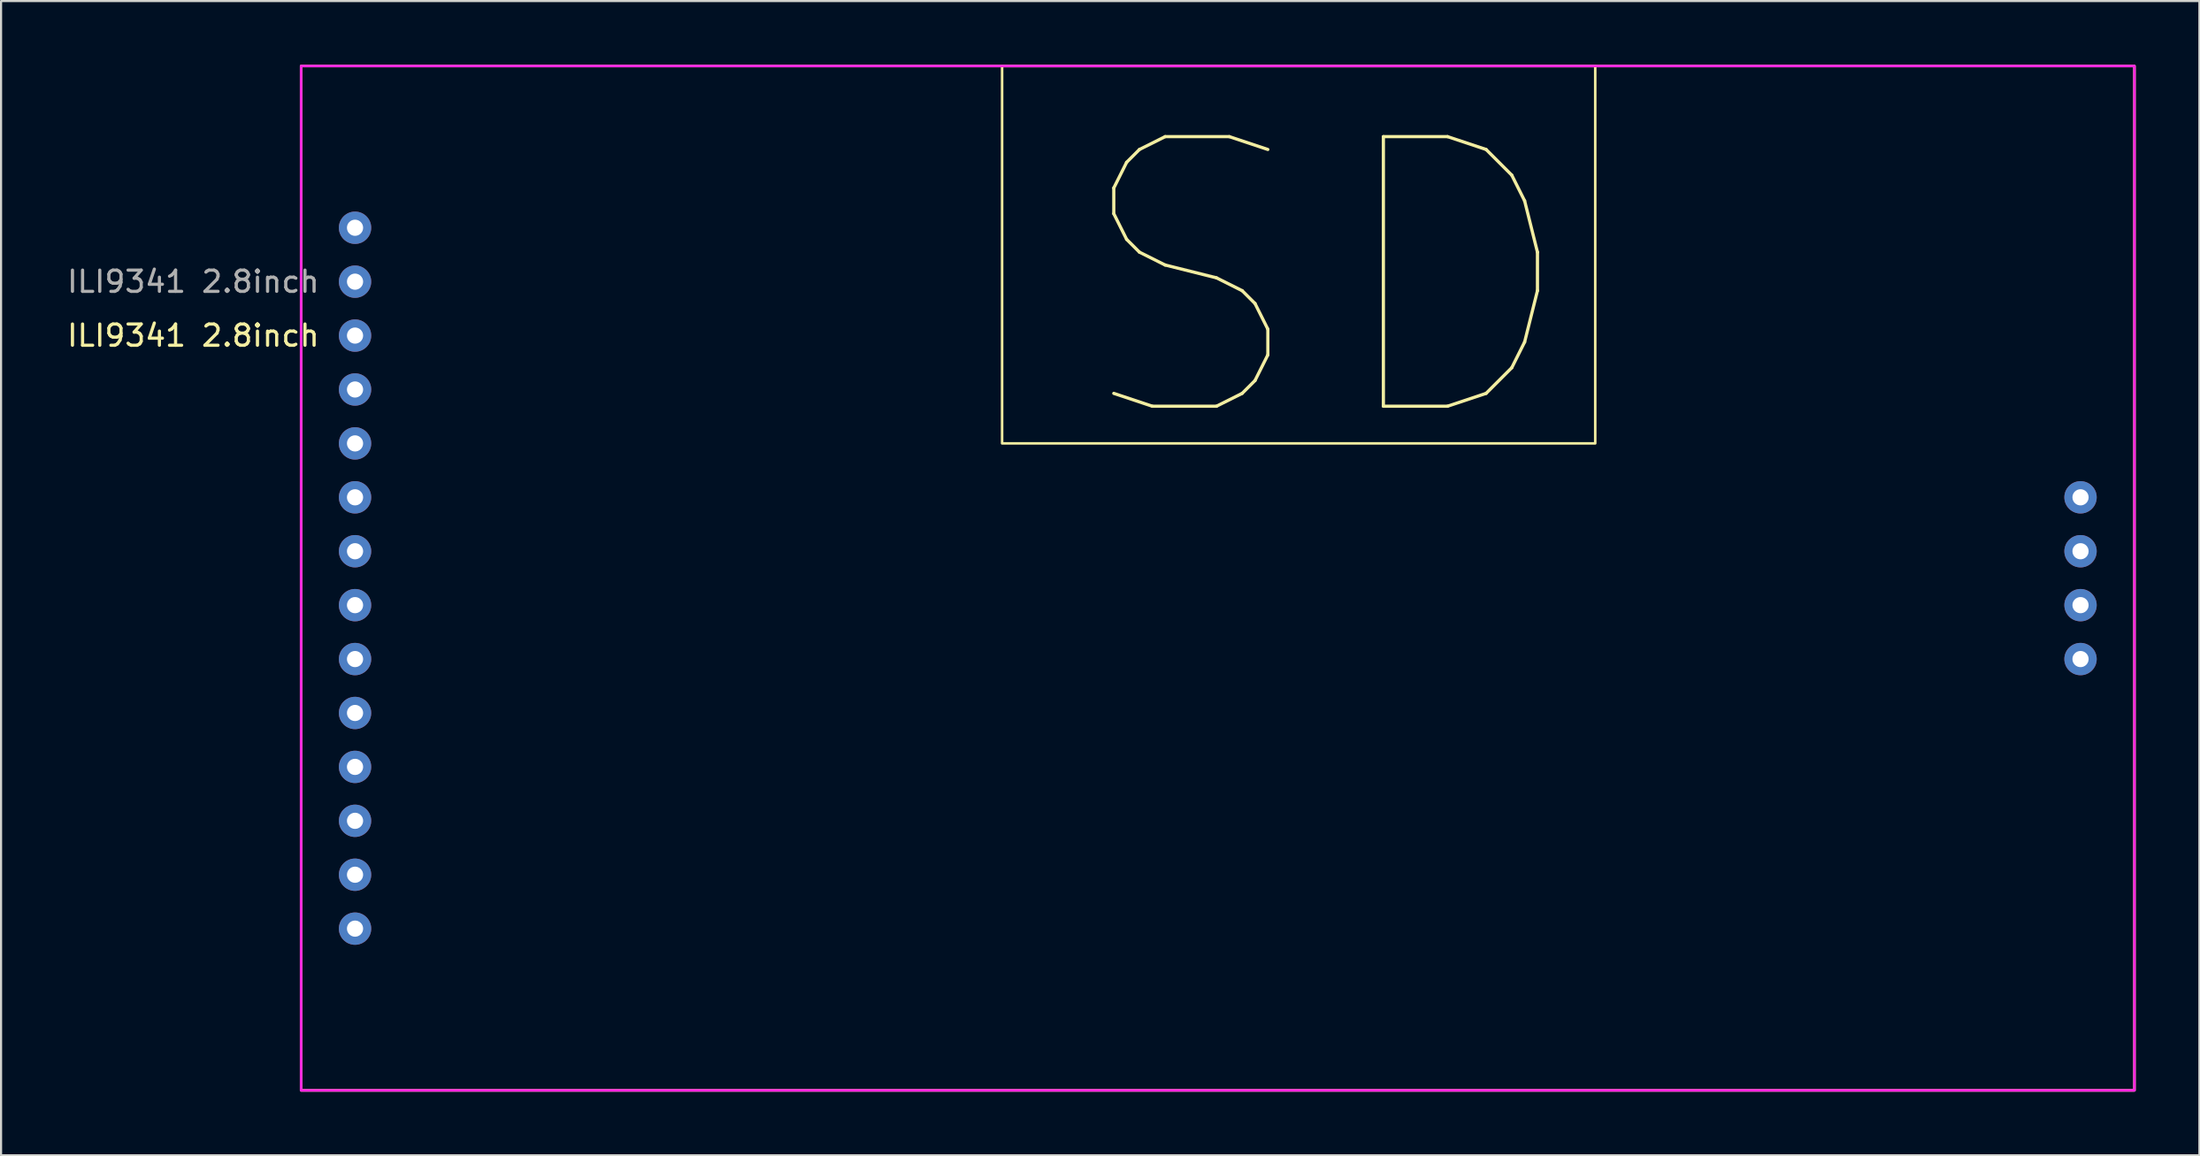
<source format=kicad_pcb>
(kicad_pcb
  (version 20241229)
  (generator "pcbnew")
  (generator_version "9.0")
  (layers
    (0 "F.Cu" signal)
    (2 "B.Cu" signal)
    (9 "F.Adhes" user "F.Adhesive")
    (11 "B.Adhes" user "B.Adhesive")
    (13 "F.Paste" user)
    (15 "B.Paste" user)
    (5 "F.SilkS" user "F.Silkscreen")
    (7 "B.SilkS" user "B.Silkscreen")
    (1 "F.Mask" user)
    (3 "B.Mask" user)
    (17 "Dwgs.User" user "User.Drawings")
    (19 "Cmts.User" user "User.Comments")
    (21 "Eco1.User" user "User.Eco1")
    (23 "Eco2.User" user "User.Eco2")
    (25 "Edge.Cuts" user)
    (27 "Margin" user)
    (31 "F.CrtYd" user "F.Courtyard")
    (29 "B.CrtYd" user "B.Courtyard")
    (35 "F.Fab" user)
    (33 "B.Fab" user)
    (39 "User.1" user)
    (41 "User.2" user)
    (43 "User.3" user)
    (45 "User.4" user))
  (footprint "ILI9341 2.8inch"
    (layer "F.Cu")
    (at 13.674 7.68)
    (property "Reference" "ILI9341 2.8inch" (at -7.62 5.08 0) (unlocked yes) (layer "F.SilkS") (effects (font (size 1 1) (thickness 0.15))))
    (attr through_hole)
    (fp_rect (start 58.42 -7.62) (end 30.48 10.16) (stroke (width 0.12) (type solid)) (fill no) (layer "F.SilkS"))
    (fp_rect (start 83.82 -7.62) (end -2.54 40.64) (stroke (width 0.12) (type solid)) (fill no) (layer "F.SilkS"))
    (fp_rect (start -2.54 -7.62) (end 83.82 40.64) (stroke (width 0.12) (type solid)) (fill no) (layer "F.CrtYd"))
    (fp_text user "SD" (at 45.72 2.54 0) (unlocked yes) (layer "F.SilkS") (effects (font (size 12.7 12.7) (thickness 0.15))))
    (fp_text user "${REFERENCE}" (at -7.62 2.54 0) (unlocked yes) (layer "F.Fab") (effects (font (size 1 1) (thickness 0.15))))
    (pad "1" thru_hole circle (at 0 0) (size 1.524 1.524) (drill 0.762) (layers "*.Cu" "*.Mask"))
    (pad "2" thru_hole circle (at 0 2.54) (size 1.524 1.524) (drill 0.762) (layers "*.Cu" "*.Mask"))
    (pad "3" thru_hole circle (at 0 5.08) (size 1.524 1.524) (drill 0.762) (layers "*.Cu" "*.Mask"))
    (pad "4" thru_hole circle (at 0 7.62) (size 1.524 1.524) (drill 0.762) (layers "*.Cu" "*.Mask"))
    (pad "5" thru_hole circle (at 0 10.16) (size 1.524 1.524) (drill 0.762) (layers "*.Cu" "*.Mask"))
    (pad "6" thru_hole circle (at 0 12.7) (size 1.524 1.524) (drill 0.762) (layers "*.Cu" "*.Mask"))
    (pad "7" thru_hole circle (at 0 15.24) (size 1.524 1.524) (drill 0.762) (layers "*.Cu" "*.Mask"))
    (pad "8" thru_hole circle (at 0 17.78) (size 1.524 1.524) (drill 0.762) (layers "*.Cu" "*.Mask"))
    (pad "9" thru_hole circle (at 0 20.32) (size 1.524 1.524) (drill 0.762) (layers "*.Cu" "*.Mask"))
    (pad "10" thru_hole circle (at 0 22.86) (size 1.524 1.524) (drill 0.762) (layers "*.Cu" "*.Mask"))
    (pad "11" thru_hole circle (at 0 25.4) (size 1.524 1.524) (drill 0.762) (layers "*.Cu" "*.Mask"))
    (pad "12" thru_hole circle (at 0 27.94) (size 1.524 1.524) (drill 0.762) (layers "*.Cu" "*.Mask"))
    (pad "13" thru_hole circle (at 0 30.48) (size 1.524 1.524) (drill 0.762) (layers "*.Cu" "*.Mask"))
    (pad "14" thru_hole circle (at 0 33.02) (size 1.524 1.524) (drill 0.762) (layers "*.Cu" "*.Mask"))
    (pad "15" thru_hole circle (at 81.28 12.7) (size 1.524 1.524) (drill 0.762) (layers "*.Cu" "*.Mask"))
    (pad "16" thru_hole circle (at 81.28 15.24) (size 1.524 1.524) (drill 0.762) (layers "*.Cu" "*.Mask"))
    (pad "17" thru_hole circle (at 81.28 17.78) (size 1.524 1.524) (drill 0.762) (layers "*.Cu" "*.Mask"))
    (pad "18" thru_hole circle (at 81.28 20.32) (size 1.524 1.524) (drill 0.762) (layers "*.Cu" "*.Mask")))
  (gr_rect
    (start -3 -3)
    (end 100.554 51.38)
    (stroke (width 0.1) (type default))
    (fill no)
    (layer "Edge.Cuts")))
</source>
